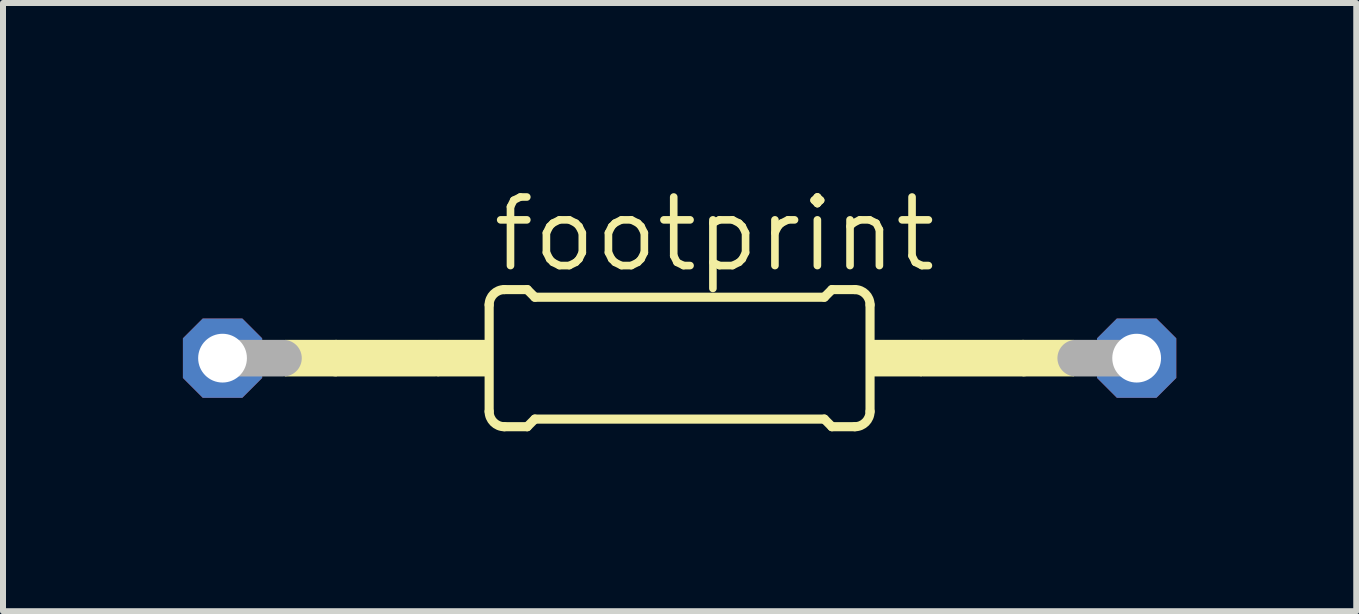
<source format=kicad_pcb>
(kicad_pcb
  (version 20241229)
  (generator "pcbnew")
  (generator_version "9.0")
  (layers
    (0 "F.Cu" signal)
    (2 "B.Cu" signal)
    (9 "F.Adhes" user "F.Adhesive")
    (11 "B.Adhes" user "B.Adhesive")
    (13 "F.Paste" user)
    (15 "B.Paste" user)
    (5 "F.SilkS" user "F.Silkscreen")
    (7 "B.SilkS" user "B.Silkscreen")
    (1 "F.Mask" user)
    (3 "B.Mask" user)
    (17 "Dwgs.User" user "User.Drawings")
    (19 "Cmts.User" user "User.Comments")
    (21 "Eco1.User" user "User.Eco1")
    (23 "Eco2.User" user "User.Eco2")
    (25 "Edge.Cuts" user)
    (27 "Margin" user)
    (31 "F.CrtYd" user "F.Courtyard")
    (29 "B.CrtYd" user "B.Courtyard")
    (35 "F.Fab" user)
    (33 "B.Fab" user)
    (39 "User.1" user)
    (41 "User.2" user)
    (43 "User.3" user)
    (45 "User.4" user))
  (footprint "footprint"
    (layer "F.Cu")
    (at 8.28 2.921)
    (property "Reference" "footprint" (at -3.175 -1.397 0) (layer "F.SilkS") (effects (font (size 1.143 1.143) (thickness 0.127)) (justify left bottom)))
    (fp_line (start -5.715 0) (end -4.064 0) (stroke (width 0.61) (type solid)) (layer "F.SilkS"))
    (fp_line (start -3.175 0.889) (end -3.175 -0.889) (stroke (width 0.152) (type solid)) (layer "F.SilkS"))
    (fp_line (start -2.921 -1.143) (end -2.54 -1.143) (stroke (width 0.152) (type solid)) (layer "F.SilkS"))
    (fp_line (start -2.921 1.143) (end -2.54 1.143) (stroke (width 0.152) (type solid)) (layer "F.SilkS"))
    (fp_line (start -2.413 -1.016) (end -2.54 -1.143) (stroke (width 0.152) (type solid)) (layer "F.SilkS"))
    (fp_line (start -2.413 1.016) (end -2.54 1.143) (stroke (width 0.152) (type solid)) (layer "F.SilkS"))
    (fp_line (start 2.413 -1.016) (end -2.413 -1.016) (stroke (width 0.152) (type solid)) (layer "F.SilkS"))
    (fp_line (start 2.413 -1.016) (end 2.54 -1.143) (stroke (width 0.152) (type solid)) (layer "F.SilkS"))
    (fp_line (start 2.413 1.016) (end -2.413 1.016) (stroke (width 0.152) (type solid)) (layer "F.SilkS"))
    (fp_line (start 2.413 1.016) (end 2.54 1.143) (stroke (width 0.152) (type solid)) (layer "F.SilkS"))
    (fp_line (start 2.921 -1.143) (end 2.54 -1.143) (stroke (width 0.152) (type solid)) (layer "F.SilkS"))
    (fp_line (start 2.921 1.143) (end 2.54 1.143) (stroke (width 0.152) (type solid)) (layer "F.SilkS"))
    (fp_line (start 3.175 0.889) (end 3.175 -0.889) (stroke (width 0.152) (type solid)) (layer "F.SilkS"))
    (fp_line (start 5.715 0) (end 4.064 0) (stroke (width 0.61) (type solid)) (layer "F.SilkS"))
    (fp_arc (start -3.175 -0.889) (mid -3.100605 -1.068605) (end -2.921 -1.143) (stroke (width 0.1524) (type solid)) (layer "F.SilkS"))
    (fp_arc (start -2.921 1.143) (mid -3.100605 1.068605) (end -3.175 0.889) (stroke (width 0.1524) (type solid)) (layer "F.SilkS"))
    (fp_arc (start 2.921 -1.143) (mid 3.100605 -1.068605) (end 3.175 -0.889) (stroke (width 0.1524) (type solid)) (layer "F.SilkS"))
    (fp_arc (start 3.175 0.889) (mid 3.100605 1.068605) (end 2.921 1.143) (stroke (width 0.1524) (type solid)) (layer "F.SilkS"))
    (fp_poly (pts (xy -6.579 0.305) (xy -5.715 0.305) (xy -5.715 -0.305) (xy -6.579 -0.305)) (stroke (width 0) (type solid)) (fill yes) (layer "F.SilkS"))
    (fp_poly (pts (xy -4.039 0.305) (xy -3.175 0.305) (xy -3.175 -0.305) (xy -4.039 -0.305)) (stroke (width 0) (type solid)) (fill yes) (layer "F.SilkS"))
    (fp_poly (pts (xy 3.175 0.305) (xy 4.039 0.305) (xy 4.039 -0.305) (xy 3.175 -0.305)) (stroke (width 0) (type solid)) (fill yes) (layer "F.SilkS"))
    (fp_poly (pts (xy 5.715 0.305) (xy 6.579 0.305) (xy 6.579 -0.305) (xy 5.715 -0.305)) (stroke (width 0) (type solid)) (fill yes) (layer "F.SilkS"))
    (fp_line (start -7.62 0) (end -6.604 0) (stroke (width 0.61) (type solid)) (layer "F.Fab"))
    (fp_line (start 7.62 0) (end 6.604 0) (stroke (width 0.61) (type solid)) (layer "F.Fab"))
    (pad "1" thru_hole roundrect (at -7.62 0) (size 1.321 1.321) (drill 0.813) (layers "*.Cu" "*.Mask") (roundrect_rratio 0.25) (chamfer_ratio 0.25) (chamfer top_left top_right bottom_left bottom_right))
    (pad "2" thru_hole roundrect (at 7.62 0) (size 1.321 1.321) (drill 0.813) (layers "*.Cu" "*.Mask") (roundrect_rratio 0.25) (chamfer_ratio 0.25) (chamfer top_left top_right bottom_left bottom_right)))
  (gr_rect
    (start -3 -3)
    (end 19.561 7.14)
    (stroke (width 0.1) (type default))
    (fill no)
    (layer "Edge.Cuts")))
</source>
